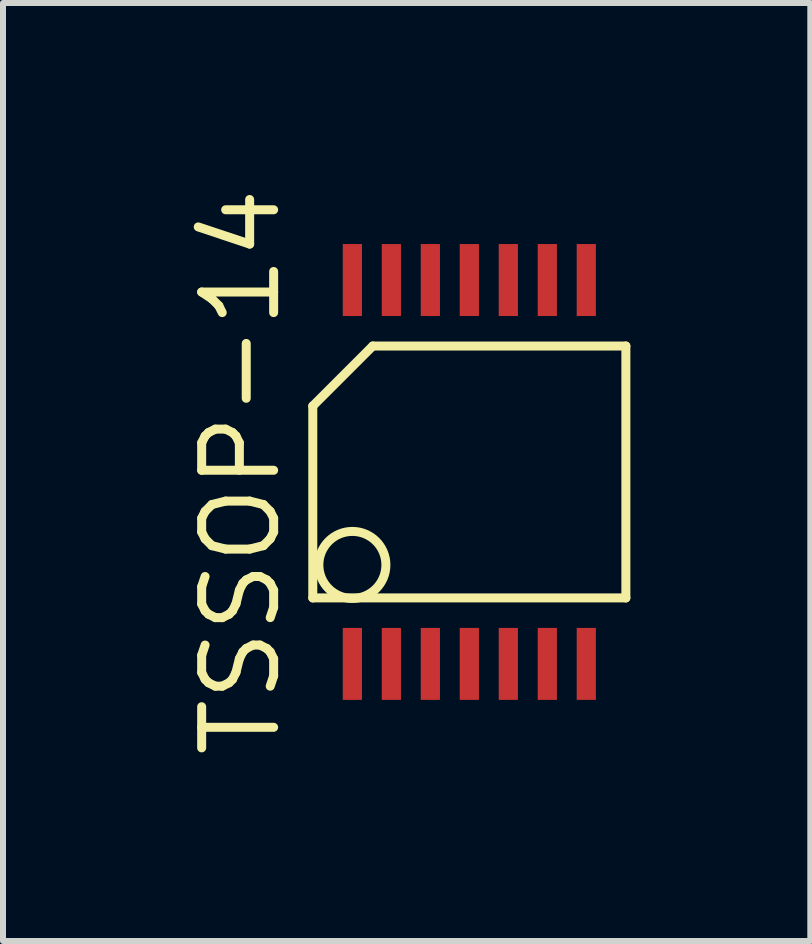
<source format=kicad_pcb>
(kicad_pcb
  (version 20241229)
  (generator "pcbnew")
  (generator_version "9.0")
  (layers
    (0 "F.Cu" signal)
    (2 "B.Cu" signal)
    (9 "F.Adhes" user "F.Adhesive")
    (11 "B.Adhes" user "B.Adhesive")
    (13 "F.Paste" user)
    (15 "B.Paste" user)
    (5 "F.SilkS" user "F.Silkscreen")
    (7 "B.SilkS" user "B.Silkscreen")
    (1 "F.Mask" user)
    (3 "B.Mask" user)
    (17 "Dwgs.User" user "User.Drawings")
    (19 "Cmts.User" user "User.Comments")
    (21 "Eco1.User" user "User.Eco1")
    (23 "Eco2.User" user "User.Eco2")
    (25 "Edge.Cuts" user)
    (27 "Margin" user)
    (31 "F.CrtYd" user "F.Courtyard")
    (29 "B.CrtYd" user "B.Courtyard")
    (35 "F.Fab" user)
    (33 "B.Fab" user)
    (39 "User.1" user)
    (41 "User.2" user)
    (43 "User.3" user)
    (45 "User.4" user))
  (footprint "TSSOP-14"
    (layer "F.Cu")
    (at 4.775 4.819)
    (property "Reference" "TSSOP-14" (at -3.81 0 90) (layer "F.SilkS") (effects (font (size 1.2 1.2) (thickness 0.15))))
    (attr through_hole)
    (fp_line (start -2.61 -1.1) (end -2.61 2.1) (stroke (width 0.15) (type solid)) (layer "F.SilkS"))
    (fp_line (start -2.61 2.1) (end 2.61 2.1) (stroke (width 0.15) (type solid)) (layer "F.SilkS"))
    (fp_line (start -1.61 -2.1) (end -2.61 -1.1) (stroke (width 0.15) (type solid)) (layer "F.SilkS"))
    (fp_line (start 2.61 -2.1) (end -1.61 -2.1) (stroke (width 0.15) (type solid)) (layer "F.SilkS"))
    (fp_line (start 2.61 2.1) (end 2.61 -2.1) (stroke (width 0.15) (type solid)) (layer "F.SilkS"))
    (fp_circle (center -1.95 1.55) (end -1.4 1.65) (stroke (width 0.15) (type solid)) (fill no) (layer "F.SilkS"))
    (pad "1" smd rect (at -1.95 3.2) (size 0.32 1.2) (layers "F.Cu" "F.Mask" "F.Paste"))
    (pad "2" smd rect (at -1.3 3.2) (size 0.32 1.2) (layers "F.Cu" "F.Mask" "F.Paste"))
    (pad "3" smd rect (at -0.65 3.2) (size 0.32 1.2) (layers "F.Cu" "F.Mask" "F.Paste"))
    (pad "4" smd rect (at 0 3.2) (size 0.32 1.2) (layers "F.Cu" "F.Mask" "F.Paste"))
    (pad "5" smd rect (at 0.65 3.2) (size 0.32 1.2) (layers "F.Cu" "F.Mask" "F.Paste"))
    (pad "6" smd rect (at 1.3 3.2) (size 0.32 1.2) (layers "F.Cu" "F.Mask" "F.Paste"))
    (pad "7" smd rect (at 1.95 3.2) (size 0.32 1.2) (layers "F.Cu" "F.Mask" "F.Paste"))
    (pad "8" smd rect (at 1.95 -3.2) (size 0.32 1.2) (layers "F.Cu" "F.Mask" "F.Paste"))
    (pad "9" smd rect (at 1.3 -3.2) (size 0.32 1.2) (layers "F.Cu" "F.Mask" "F.Paste"))
    (pad "10" smd rect (at 0.65 -3.2) (size 0.32 1.2) (layers "F.Cu" "F.Mask" "F.Paste"))
    (pad "11" smd rect (at 0 -3.2) (size 0.32 1.2) (layers "F.Cu" "F.Mask" "F.Paste"))
    (pad "12" smd rect (at -0.65 -3.2) (size 0.32 1.2) (layers "F.Cu" "F.Mask" "F.Paste"))
    (pad "13" smd rect (at -1.3 -3.2) (size 0.32 1.2) (layers "F.Cu" "F.Mask" "F.Paste"))
    (pad "14" smd rect (at -1.95 -3.2) (size 0.32 1.2) (layers "F.Cu" "F.Mask" "F.Paste")))
  (gr_rect
    (start -3 -3)
    (end 10.46 12.639)
    (stroke (width 0.1) (type default))
    (fill no)
    (layer "Edge.Cuts")))
</source>
